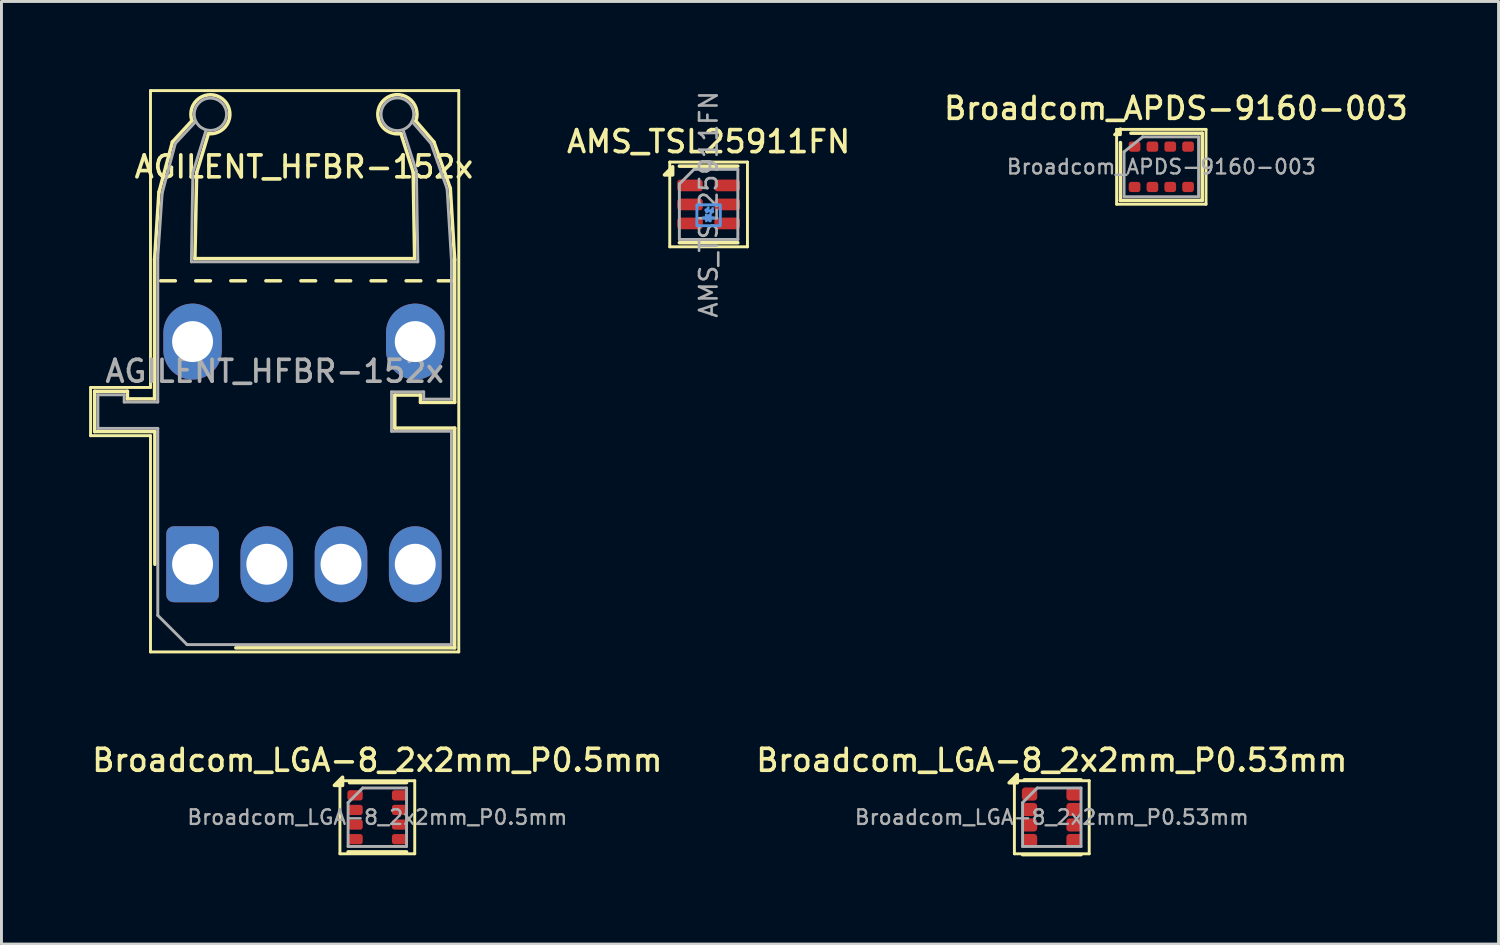
<source format=kicad_pcb>
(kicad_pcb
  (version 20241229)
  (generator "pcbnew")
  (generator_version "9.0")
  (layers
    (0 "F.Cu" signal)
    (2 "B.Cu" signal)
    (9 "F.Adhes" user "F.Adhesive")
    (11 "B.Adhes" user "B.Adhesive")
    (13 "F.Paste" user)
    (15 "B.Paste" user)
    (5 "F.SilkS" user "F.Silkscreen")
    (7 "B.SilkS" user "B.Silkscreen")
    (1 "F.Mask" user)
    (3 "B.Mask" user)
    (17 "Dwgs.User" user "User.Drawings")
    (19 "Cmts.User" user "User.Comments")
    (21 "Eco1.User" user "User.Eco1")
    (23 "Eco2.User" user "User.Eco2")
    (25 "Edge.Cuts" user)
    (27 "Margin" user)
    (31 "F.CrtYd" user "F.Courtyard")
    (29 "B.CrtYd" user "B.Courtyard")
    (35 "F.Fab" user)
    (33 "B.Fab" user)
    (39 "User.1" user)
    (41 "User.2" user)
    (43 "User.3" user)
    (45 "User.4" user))
  (footprint "AGILENT_HFBR-152x"
    (layer "F.Cu")
    (at 3.54 16.26)
    (property "Reference" "AGILENT_HFBR-152x" (at 3.81 -13.6 0) (layer "F.SilkS") (effects (font (size 0.75 0.75) (thickness 0.125))))
    (attr through_hole)
    (fp_line (start -3.49 -6.05) (end -3.49 -4.4) (stroke (width 0.1) (type solid)) (layer "F.SilkS"))
    (fp_line (start -3.49 -4.4) (end -1.44 -4.4) (stroke (width 0.1) (type solid)) (layer "F.SilkS"))
    (fp_line (start -3.35 -5.92) (end -2.23 -5.92) (stroke (width 0.12) (type solid)) (layer "F.SilkS"))
    (fp_line (start -3.35 -4.54) (end -3.35 -5.92) (stroke (width 0.12) (type solid)) (layer "F.SilkS"))
    (fp_line (start -2.23 -5.66) (end -2.23 -5.92) (stroke (width 0.12) (type solid)) (layer "F.SilkS"))
    (fp_line (start -2.23 -5.66) (end -1.3 -5.66) (stroke (width 0.12) (type solid)) (layer "F.SilkS"))
    (fp_line (start -1.44 -16.21) (end -1.44 -6.05) (stroke (width 0.1) (type solid)) (layer "F.SilkS"))
    (fp_line (start -1.44 -16.21) (end 9.11 -16.21) (stroke (width 0.1) (type solid)) (layer "F.SilkS"))
    (fp_line (start -1.44 -6.05) (end -3.49 -6.05) (stroke (width 0.1) (type solid)) (layer "F.SilkS"))
    (fp_line (start -1.44 -4.4) (end -1.44 3) (stroke (width 0.1) (type solid)) (layer "F.SilkS"))
    (fp_line (start -1.3 -10.43) (end -1.15 -12.74) (stroke (width 0.12) (type solid)) (layer "F.SilkS"))
    (fp_line (start -1.3 -5.66) (end -1.3 -10.43) (stroke (width 0.12) (type solid)) (layer "F.SilkS"))
    (fp_line (start -1.29 -4.54) (end -3.35 -4.54) (stroke (width 0.12) (type solid)) (layer "F.SilkS"))
    (fp_line (start -1.29 -4.54) (end -1.29 0.000043) (stroke (width 0.12) (type solid)) (layer "F.SilkS"))
    (fp_line (start -1.15 -12.73) (end -0.69 -14.45) (stroke (width 0.12) (type solid)) (layer "F.SilkS"))
    (fp_line (start -0.69 -14.45) (end -0.02 -15.18) (stroke (width 0.12) (type solid)) (layer "F.SilkS"))
    (fp_line (start -0.59 -9.7) (end -1.09 -9.7) (stroke (width 0.12) (type solid)) (layer "F.SilkS"))
    (fp_line (start 0.08 -10.46) (end 0.14 -13.4) (stroke (width 0.12) (type solid)) (layer "F.SilkS"))
    (fp_line (start 0.14 -13.4) (end 0.54 -14.73) (stroke (width 0.12) (type solid)) (layer "F.SilkS"))
    (fp_line (start 0.61 -9.7) (end 0.11 -9.7) (stroke (width 0.12) (type solid)) (layer "F.SilkS"))
    (fp_line (start 1.48 2.86) (end 8.97 2.86) (stroke (width 0.12) (type solid)) (layer "F.SilkS"))
    (fp_line (start 1.81 -9.7) (end 1.31 -9.7) (stroke (width 0.12) (type solid)) (layer "F.SilkS"))
    (fp_line (start 3.01 -9.7) (end 2.51 -9.7) (stroke (width 0.12) (type solid)) (layer "F.SilkS"))
    (fp_line (start 4.21 -9.7) (end 3.71 -9.7) (stroke (width 0.12) (type solid)) (layer "F.SilkS"))
    (fp_line (start 5.41 -9.7) (end 4.91 -9.7) (stroke (width 0.12) (type solid)) (layer "F.SilkS"))
    (fp_line (start 6.61 -9.7) (end 6.11 -9.7) (stroke (width 0.12) (type solid)) (layer "F.SilkS"))
    (fp_line (start 6.92 -5.79) (end 7.8 -5.79) (stroke (width 0.12) (type solid)) (layer "F.SilkS"))
    (fp_line (start 6.92 -4.66) (end 6.92 -5.79) (stroke (width 0.12) (type solid)) (layer "F.SilkS"))
    (fp_line (start 7.55 -13.42) (end 7.13 -14.74) (stroke (width 0.12) (type solid)) (layer "F.SilkS"))
    (fp_line (start 7.6 -10.46) (end 0.08 -10.46) (stroke (width 0.12) (type solid)) (layer "F.SilkS"))
    (fp_line (start 7.6 -10.46) (end 7.55 -13.42) (stroke (width 0.12) (type solid)) (layer "F.SilkS"))
    (fp_line (start 7.8 -5.54) (end 7.8 -5.79) (stroke (width 0.12) (type solid)) (layer "F.SilkS"))
    (fp_line (start 7.8 -5.54) (end 8.97 -5.54) (stroke (width 0.12) (type solid)) (layer "F.SilkS"))
    (fp_line (start 7.81 -9.7) (end 7.31 -9.7) (stroke (width 0.12) (type solid)) (layer "F.SilkS"))
    (fp_line (start 8.26 -14.45) (end 7.64 -15.17) (stroke (width 0.12) (type solid)) (layer "F.SilkS"))
    (fp_line (start 8.82 -12.87) (end 8.26 -14.45) (stroke (width 0.12) (type solid)) (layer "F.SilkS"))
    (fp_line (start 8.91 -9.7) (end 8.41 -9.7) (stroke (width 0.12) (type solid)) (layer "F.SilkS"))
    (fp_line (start 8.97 -10.42) (end 8.82 -12.87) (stroke (width 0.12) (type solid)) (layer "F.SilkS"))
    (fp_line (start 8.97 -5.54) (end 8.97 -10.42) (stroke (width 0.12) (type solid)) (layer "F.SilkS"))
    (fp_line (start 8.97 -4.66) (end 6.92 -4.66) (stroke (width 0.12) (type solid)) (layer "F.SilkS"))
    (fp_line (start 8.97 2.86) (end 8.97 -4.66) (stroke (width 0.12) (type solid)) (layer "F.SilkS"))
    (fp_line (start 9.11 3) (end -1.44 3) (stroke (width 0.1) (type solid)) (layer "F.SilkS"))
    (fp_line (start 9.11 3) (end 9.11 -16.21) (stroke (width 0.1) (type solid)) (layer "F.SilkS"))
    (fp_arc (start -0.02 -15.18) (mid 1.024518 -15.922948) (end 0.53962 -14.736414) (stroke (width 0.12) (type solid)) (layer "F.SilkS"))
    (fp_arc (start 7.129973 -14.740147) (mid 6.577787 -15.912827) (end 7.64 -15.17) (stroke (width 0.12) (type solid)) (layer "F.SilkS"))
    (fp_line (start -3.24 -5.8) (end -3.24 -4.65) (stroke (width 0.1) (type solid)) (layer "F.Fab"))
    (fp_line (start -3.24 -4.65) (end -1.19 -4.65) (stroke (width 0.1) (type solid)) (layer "F.Fab"))
    (fp_line (start -2.34 -5.8) (end -3.24 -5.8) (stroke (width 0.1) (type solid)) (layer "F.Fab"))
    (fp_line (start -2.34 -5.55) (end -2.34 -5.8) (stroke (width 0.1) (type solid)) (layer "F.Fab"))
    (fp_line (start -1.19 -10.5) (end -1.19 -5.55) (stroke (width 0.1) (type solid)) (layer "F.Fab"))
    (fp_line (start -1.19 -5.55) (end -2.34 -5.55) (stroke (width 0.1) (type solid)) (layer "F.Fab"))
    (fp_line (start -1.19 -4.65) (end -1.19 1.75) (stroke (width 0.1) (type solid)) (layer "F.Fab"))
    (fp_line (start -1.04 -12.7) (end -1.19 -10.5) (stroke (width 0.1) (type solid)) (layer "F.Fab"))
    (fp_line (start -0.59 -14.4) (end -1.04 -12.7) (stroke (width 0.1) (type solid)) (layer "F.Fab"))
    (fp_line (start -0.19 2.75) (end -1.19 1.75) (stroke (width 0.1) (type solid)) (layer "F.Fab"))
    (fp_line (start -0.19 2.75) (end 8.86 2.75) (stroke (width 0.1) (type solid)) (layer "F.Fab"))
    (fp_line (start -0.04 -10.35) (end 0.01 -13.4) (stroke (width 0.1) (type solid)) (layer "F.Fab"))
    (fp_line (start 0.01 -13.4) (end 0.46 -14.85) (stroke (width 0.1) (type solid)) (layer "F.Fab"))
    (fp_line (start 0.11 -15.15) (end -0.59 -14.4) (stroke (width 0.1) (type solid)) (layer "F.Fab"))
    (fp_line (start 6.81 -5.9) (end 7.91 -5.9) (stroke (width 0.1) (type solid)) (layer "F.Fab"))
    (fp_line (start 6.81 -4.55) (end 6.81 -5.9) (stroke (width 0.1) (type solid)) (layer "F.Fab"))
    (fp_line (start 7.21 -14.85) (end 7.66 -13.45) (stroke (width 0.1) (type solid)) (layer "F.Fab"))
    (fp_line (start 7.66 -13.45) (end 7.71 -10.35) (stroke (width 0.1) (type solid)) (layer "F.Fab"))
    (fp_line (start 7.71 -10.35) (end -0.04 -10.35) (stroke (width 0.1) (type solid)) (layer "F.Fab"))
    (fp_line (start 7.91 -5.9) (end 7.91 -5.65) (stroke (width 0.1) (type solid)) (layer "F.Fab"))
    (fp_line (start 7.91 -5.65) (end 8.86 -5.65) (stroke (width 0.1) (type solid)) (layer "F.Fab"))
    (fp_line (start 8.16 -14.4) (end 7.51 -15.15) (stroke (width 0.1) (type solid)) (layer "F.Fab"))
    (fp_line (start 8.71 -12.85) (end 8.16 -14.4) (stroke (width 0.1) (type solid)) (layer "F.Fab"))
    (fp_line (start 8.86 -10.4) (end 8.71 -12.85) (stroke (width 0.1) (type solid)) (layer "F.Fab"))
    (fp_line (start 8.86 -5.65) (end 8.86 -10.4) (stroke (width 0.1) (type solid)) (layer "F.Fab"))
    (fp_line (start 8.86 -4.55) (end 6.81 -4.55) (stroke (width 0.1) (type solid)) (layer "F.Fab"))
    (fp_line (start 8.86 2.75) (end 8.86 -4.55) (stroke (width 0.1) (type solid)) (layer "F.Fab"))
    (fp_circle (center 0.61 -15.4) (end 0.66 -14.85) (stroke (width 0.1) (type solid)) (fill no) (layer "F.Fab"))
    (fp_circle (center 7.01 -15.4) (end 7.51 -15.15) (stroke (width 0.1) (type solid)) (fill no) (layer "F.Fab"))
    (fp_text user "${REFERENCE}" (at 2.81 -6.605 0) (layer "F.Fab") (effects (font (size 0.75 0.75) (thickness 0.125))))
    (pad "1" thru_hole roundrect (at 0 0) (size 1.8 2.6) (drill 1.4) (layers "*.Cu" "*.Mask") (roundrect_rratio 0.139))
    (pad "2" thru_hole oval (at 2.54 0) (size 1.8 2.6) (drill 1.4) (layers "*.Cu" "*.Mask"))
    (pad "3" thru_hole oval (at 5.08 0) (size 1.8 2.6) (drill 1.4) (layers "*.Cu" "*.Mask"))
    (pad "4" thru_hole oval (at 7.62 0) (size 1.8 2.6) (drill 1.4) (layers "*.Cu" "*.Mask"))
    (pad "5" thru_hole oval (at 7.62 -7.62) (size 2 2.6) (drill 1.4) (layers "*.Cu" "*.Mask"))
    (pad "6" thru_hole oval (at 0 -7.62) (size 2 2.6) (drill 1.4) (layers "*.Cu" "*.Mask")))
  (footprint "Broadcom_APDS-9160-003"
    (layer "F.Cu")
    (at 36.693 2.658)
    (property "Reference" "Broadcom_APDS-9160-003" (at 0.5 -2 0) (layer "F.SilkS") (effects (font (size 0.75 0.75) (thickness 0.125))))
    (attr smd)
    (fp_line (start -1.53 -1.28) (end 1.53 -1.28) (stroke (width 0.1) (type solid)) (layer "F.SilkS"))
    (fp_line (start -1.53 1.28) (end -1.53 -1.28) (stroke (width 0.1) (type solid)) (layer "F.SilkS"))
    (fp_line (start -1.4 -0.83) (end -1.4 1.15) (stroke (width 0.12) (type solid)) (layer "F.SilkS"))
    (fp_line (start -1.4 1.15) (end 1.4 1.15) (stroke (width 0.12) (type default)) (layer "F.SilkS"))
    (fp_line (start 1.4 -1.15) (end -1.04 -1.15) (stroke (width 0.12) (type default)) (layer "F.SilkS"))
    (fp_line (start 1.4 -1.15) (end 1.4 1.15) (stroke (width 0.12) (type solid)) (layer "F.SilkS"))
    (fp_line (start 1.53 -1.28) (end 1.53 1.28) (stroke (width 0.1) (type solid)) (layer "F.SilkS"))
    (fp_line (start 1.53 1.28) (end -1.53 1.28) (stroke (width 0.1) (type solid)) (layer "F.SilkS"))
    (fp_poly (pts (xy -1.4 -1.1) (xy -1.4 -1.3) (xy -1.6 -1.1)) (stroke (width 0.1) (type solid)) (fill yes) (layer "F.SilkS"))
    (fp_line (start -1.275 -0.512) (end -1.275 1.025) (stroke (width 0.1) (type solid)) (layer "F.Fab"))
    (fp_line (start -1.275 -0.512) (end -0.637 -1.025) (stroke (width 0.1) (type default)) (layer "F.Fab"))
    (fp_line (start -1.275 1.025) (end 1.275 1.025) (stroke (width 0.1) (type solid)) (layer "F.Fab"))
    (fp_line (start 1.275 -1.025) (end -0.637 -1.025) (stroke (width 0.1) (type solid)) (layer "F.Fab"))
    (fp_line (start 1.275 1.025) (end 1.275 -1.025) (stroke (width 0.1) (type solid)) (layer "F.Fab"))
    (fp_text user "${REFERENCE}" (at 0 0 0) (layer "F.Fab") (effects (font (size 0.5 0.5) (thickness 0.08))))
    (pad "1" smd roundrect (at -0.915 -0.69) (size 0.4 0.35) (layers "F.Cu" "F.Mask" "F.Paste") (roundrect_rratio 0.25))
    (pad "2" smd roundrect (at -0.305 -0.69) (size 0.4 0.35) (layers "F.Cu" "F.Mask" "F.Paste") (roundrect_rratio 0.25))
    (pad "3" smd roundrect (at 0.305 -0.69) (size 0.4 0.35) (layers "F.Cu" "F.Mask" "F.Paste") (roundrect_rratio 0.25))
    (pad "4" smd roundrect (at 0.915 -0.69) (size 0.4 0.35) (layers "F.Cu" "F.Mask" "F.Paste") (roundrect_rratio 0.25))
    (pad "5" smd roundrect (at 0.915 0.69) (size 0.4 0.35) (layers "F.Cu" "F.Mask" "F.Paste") (roundrect_rratio 0.25))
    (pad "6" smd roundrect (at 0.305 0.69) (size 0.4 0.35) (layers "F.Cu" "F.Mask" "F.Paste") (roundrect_rratio 0.25))
    (pad "7" smd roundrect (at -0.305 0.69) (size 0.4 0.35) (layers "F.Cu" "F.Mask" "F.Paste") (roundrect_rratio 0.25))
    (pad "8" smd roundrect (at -0.915 0.69) (size 0.4 0.35) (layers "F.Cu" "F.Mask" "F.Paste") (roundrect_rratio 0.25)))
  (footprint "AMS_TSL25911FN"
    (layer "F.Cu")
    (at 21.2 3.946)
    (property "Reference" "AMS_TSL25911FN" (at 0 -2.15 0) (layer "F.SilkS") (effects (font (size 0.75 0.75) (thickness 0.125))))
    (attr smd)
    (fp_line (start -1.33 -1.45) (end -1.33 1.45) (stroke (width 0.1) (type solid)) (layer "F.SilkS"))
    (fp_line (start -1.33 1.45) (end 1.33 1.45) (stroke (width 0.1) (type solid)) (layer "F.SilkS"))
    (fp_line (start -1 -1.31) (end 1 -1.31) (stroke (width 0.12) (type solid)) (layer "F.SilkS"))
    (fp_line (start -1 1.31) (end 1 1.31) (stroke (width 0.12) (type solid)) (layer "F.SilkS"))
    (fp_line (start 1.33 -1.45) (end -1.33 -1.45) (stroke (width 0.1) (type solid)) (layer "F.SilkS"))
    (fp_line (start 1.33 1.45) (end 1.33 -1.45) (stroke (width 0.1) (type solid)) (layer "F.SilkS"))
    (fp_poly (pts (xy -1.23 -1.01) (xy -1.51 -1.01) (xy -1.23 -1.29) (xy -1.23 -1.01)) (stroke (width 0.12) (type solid)) (fill yes) (layer "F.SilkS"))
    (fp_line (start -0.089 0.191) (end -0.064 0.241) (stroke (width 0.1) (type default)) (layer "Cmts.User"))
    (fp_line (start -0.076 0.356) (end -0.076 0.559) (stroke (width 0.1) (type default)) (layer "Cmts.User"))
    (fp_line (start -0.076 0.457) (end -0.178 0.457) (stroke (width 0.1) (type default)) (layer "Cmts.User"))
    (fp_line (start -0.076 0.457) (end 0.051 0.356) (stroke (width 0.1) (type default)) (layer "Cmts.User"))
    (fp_line (start -0.064 0.241) (end -0.013 0.216) (stroke (width 0.1) (type default)) (layer "Cmts.User"))
    (fp_line (start -0.013 0.114) (end -0.064 0.241) (stroke (width 0.1) (type default)) (layer "Cmts.User"))
    (fp_line (start -0.013 0.216) (end -0.089 0.191) (stroke (width 0.1) (type default)) (layer "Cmts.User"))
    (fp_line (start 0.051 0.356) (end 0.051 0.559) (stroke (width 0.1) (type default)) (layer "Cmts.User"))
    (fp_line (start 0.051 0.457) (end 0.178 0.457) (stroke (width 0.1) (type default)) (layer "Cmts.User"))
    (fp_line (start 0.051 0.559) (end -0.076 0.457) (stroke (width 0.1) (type default)) (layer "Cmts.User"))
    (fp_line (start 0.064 0.216) (end 0.089 0.267) (stroke (width 0.1) (type default)) (layer "Cmts.User"))
    (fp_line (start 0.089 0.267) (end 0.14 0.241) (stroke (width 0.1) (type default)) (layer "Cmts.User"))
    (fp_line (start 0.14 0.14) (end 0.089 0.267) (stroke (width 0.1) (type default)) (layer "Cmts.User"))
    (fp_line (start 0.14 0.241) (end 0.064 0.216) (stroke (width 0.1) (type default)) (layer "Cmts.User"))
    (fp_rect (start -0.401 0.012) (end 0.401 0.728) (stroke (width 0.1) (type default)) (fill no) (layer "Cmts.User"))
    (fp_line (start -1 -0.7) (end -0.5 -1.2) (stroke (width 0.1) (type solid)) (layer "F.Fab"))
    (fp_line (start -1 1.2) (end -1 -0.7) (stroke (width 0.1) (type solid)) (layer "F.Fab"))
    (fp_line (start -0.5 -1.2) (end 1 -1.2) (stroke (width 0.1) (type solid)) (layer "F.Fab"))
    (fp_line (start 1 -1.2) (end 1 1.2) (stroke (width 0.1) (type solid)) (layer "F.Fab"))
    (fp_line (start 1 1.2) (end -1 1.2) (stroke (width 0.1) (type solid)) (layer "F.Fab"))
    (fp_text user "${REFERENCE}" (at 0 0 90) (layer "F.Fab") (effects (font (size 0.6 0.6) (thickness 0.09))))
    (pad "1" smd roundrect (at -0.637 -0.65) (size 0.875 0.4) (layers "F.Cu" "F.Mask" "F.Paste") (roundrect_rratio 0.25))
    (pad "2" smd roundrect (at -0.637 0) (size 0.875 0.4) (layers "F.Cu" "F.Mask" "F.Paste") (roundrect_rratio 0.25))
    (pad "3" smd roundrect (at -0.637 0.65) (size 0.875 0.4) (layers "F.Cu" "F.Mask" "F.Paste") (roundrect_rratio 0.25))
    (pad "4" smd roundrect (at 0.637 0.65) (size 0.875 0.4) (layers "F.Cu" "F.Mask" "F.Paste") (roundrect_rratio 0.25))
    (pad "5" smd roundrect (at 0.637 0) (size 0.875 0.4) (layers "F.Cu" "F.Mask" "F.Paste") (roundrect_rratio 0.25))
    (pad "6" smd roundrect (at 0.637 -0.65) (size 0.875 0.4) (layers "F.Cu" "F.Mask" "F.Paste") (roundrect_rratio 0.25)))
  (footprint "Broadcom_LGA-8_2x2mm_P0.5mm"
    (layer "F.Cu")
    (at 9.863 24.918)
    (property "Reference" "Broadcom_LGA-8_2x2mm_P0.5mm" (at 0 -1.95 0) (layer "F.SilkS") (effects (font (size 0.75 0.75) (thickness 0.125))))
    (attr smd)
    (fp_line (start -1.28 -1.25) (end -1.28 1.25) (stroke (width 0.1) (type solid)) (layer "F.SilkS"))
    (fp_line (start -1.28 1.25) (end 1.28 1.25) (stroke (width 0.1) (type solid)) (layer "F.SilkS"))
    (fp_line (start -1 1.185) (end 1 1.185) (stroke (width 0.12) (type solid)) (layer "F.SilkS"))
    (fp_line (start -0.95 -1.185) (end 1 -1.185) (stroke (width 0.12) (type solid)) (layer "F.SilkS"))
    (fp_line (start 1.28 -1.25) (end -1.28 -1.25) (stroke (width 0.1) (type solid)) (layer "F.SilkS"))
    (fp_line (start 1.28 1.25) (end 1.28 -1.25) (stroke (width 0.1) (type solid)) (layer "F.SilkS"))
    (fp_poly (pts (xy -1.19 -1.09) (xy -1.47 -1.09) (xy -1.19 -1.37) (xy -1.19 -1.09)) (stroke (width 0.12) (type solid)) (fill yes) (layer "F.SilkS"))
    (fp_line (start -1 -0.5) (end -0.5 -1) (stroke (width 0.1) (type solid)) (layer "F.Fab"))
    (fp_line (start -1 1) (end -1 -0.5) (stroke (width 0.1) (type solid)) (layer "F.Fab"))
    (fp_line (start -0.5 -1) (end 1 -1) (stroke (width 0.1) (type solid)) (layer "F.Fab"))
    (fp_line (start 1 -1) (end 1 1) (stroke (width 0.1) (type solid)) (layer "F.Fab"))
    (fp_line (start 1 1) (end -1 1) (stroke (width 0.1) (type solid)) (layer "F.Fab"))
    (fp_text user "${REFERENCE}" (at 0 0 0) (layer "F.Fab") (effects (font (size 0.5 0.5) (thickness 0.08))))
    (pad "1" smd roundrect (at -0.762 -0.75) (size 0.525 0.35) (layers "F.Cu" "F.Mask" "F.Paste") (roundrect_rratio 0.25))
    (pad "2" smd roundrect (at -0.762 -0.25) (size 0.525 0.35) (layers "F.Cu" "F.Mask" "F.Paste") (roundrect_rratio 0.25))
    (pad "3" smd roundrect (at -0.762 0.25) (size 0.525 0.35) (layers "F.Cu" "F.Mask" "F.Paste") (roundrect_rratio 0.25))
    (pad "4" smd roundrect (at -0.762 0.75) (size 0.525 0.35) (layers "F.Cu" "F.Mask" "F.Paste") (roundrect_rratio 0.25))
    (pad "5" smd roundrect (at 0.762 0.75) (size 0.525 0.35) (layers "F.Cu" "F.Mask" "F.Paste") (roundrect_rratio 0.25))
    (pad "6" smd roundrect (at 0.762 0.25) (size 0.525 0.35) (layers "F.Cu" "F.Mask" "F.Paste") (roundrect_rratio 0.25))
    (pad "7" smd roundrect (at 0.762 -0.25) (size 0.525 0.35) (layers "F.Cu" "F.Mask" "F.Paste") (roundrect_rratio 0.25))
    (pad "8" smd roundrect (at 0.762 -0.75) (size 0.525 0.35) (layers "F.Cu" "F.Mask" "F.Paste") (roundrect_rratio 0.25)))
  (footprint "Broadcom_LGA-8_2x2mm_P0.53mm"
    (layer "F.Cu")
    (at 32.945 24.918)
    (property "Reference" "Broadcom_LGA-8_2x2mm_P0.53mm" (at 0 -1.95 0) (layer "F.SilkS") (effects (font (size 0.75 0.75) (thickness 0.125))))
    (attr smd)
    (fp_line (start -1.28 -1.25) (end -1.28 1.25) (stroke (width 0.1) (type solid)) (layer "F.SilkS"))
    (fp_line (start -1.28 1.25) (end 1.28 1.25) (stroke (width 0.1) (type solid)) (layer "F.SilkS"))
    (fp_line (start -1 1.28) (end 1 1.28) (stroke (width 0.12) (type solid)) (layer "F.SilkS"))
    (fp_line (start -0.94 -1.28) (end 1 -1.28) (stroke (width 0.12) (type solid)) (layer "F.SilkS"))
    (fp_line (start 1.28 -1.25) (end -1.28 -1.25) (stroke (width 0.1) (type solid)) (layer "F.SilkS"))
    (fp_line (start 1.28 1.25) (end 1.28 -1.25) (stroke (width 0.1) (type solid)) (layer "F.SilkS"))
    (fp_poly (pts (xy -1.18 -1.18) (xy -1.46 -1.18) (xy -1.18 -1.46) (xy -1.18 -1.18)) (stroke (width 0.12) (type solid)) (fill yes) (layer "F.SilkS"))
    (fp_line (start -1 -0.5) (end -0.5 -1) (stroke (width 0.1) (type solid)) (layer "F.Fab"))
    (fp_line (start -1 1) (end -1 -0.5) (stroke (width 0.1) (type solid)) (layer "F.Fab"))
    (fp_line (start -0.5 -1) (end 1 -1) (stroke (width 0.1) (type solid)) (layer "F.Fab"))
    (fp_line (start 1 -1) (end 1 1) (stroke (width 0.1) (type solid)) (layer "F.Fab"))
    (fp_line (start 1 1) (end -1 1) (stroke (width 0.1) (type solid)) (layer "F.Fab"))
    (fp_text user "${REFERENCE}" (at 0 0 0) (layer "F.Fab") (effects (font (size 0.5 0.5) (thickness 0.08))))
    (pad "1" smd roundrect (at -0.762 -0.795) (size 0.525 0.45) (layers "F.Cu" "F.Mask" "F.Paste") (roundrect_rratio 0.25))
    (pad "2" smd roundrect (at -0.762 -0.265) (size 0.525 0.45) (layers "F.Cu" "F.Mask" "F.Paste") (roundrect_rratio 0.25))
    (pad "3" smd roundrect (at -0.762 0.265) (size 0.525 0.45) (layers "F.Cu" "F.Mask" "F.Paste") (roundrect_rratio 0.25))
    (pad "4" smd roundrect (at -0.762 0.795) (size 0.525 0.45) (layers "F.Cu" "F.Mask" "F.Paste") (roundrect_rratio 0.25))
    (pad "5" smd roundrect (at 0.762 0.795) (size 0.525 0.45) (layers "F.Cu" "F.Mask" "F.Paste") (roundrect_rratio 0.25))
    (pad "6" smd roundrect (at 0.762 0.265) (size 0.525 0.45) (layers "F.Cu" "F.Mask" "F.Paste") (roundrect_rratio 0.25))
    (pad "7" smd roundrect (at 0.762 -0.265) (size 0.525 0.45) (layers "F.Cu" "F.Mask" "F.Paste") (roundrect_rratio 0.25))
    (pad "8" smd roundrect (at 0.762 -0.795) (size 0.525 0.45) (layers "F.Cu" "F.Mask" "F.Paste") (roundrect_rratio 0.25)))
  (gr_rect
    (start -3 -3)
    (end 48.234 29.258)
    (stroke (width 0.1) (type default))
    (fill no)
    (layer "Edge.Cuts")))
</source>
